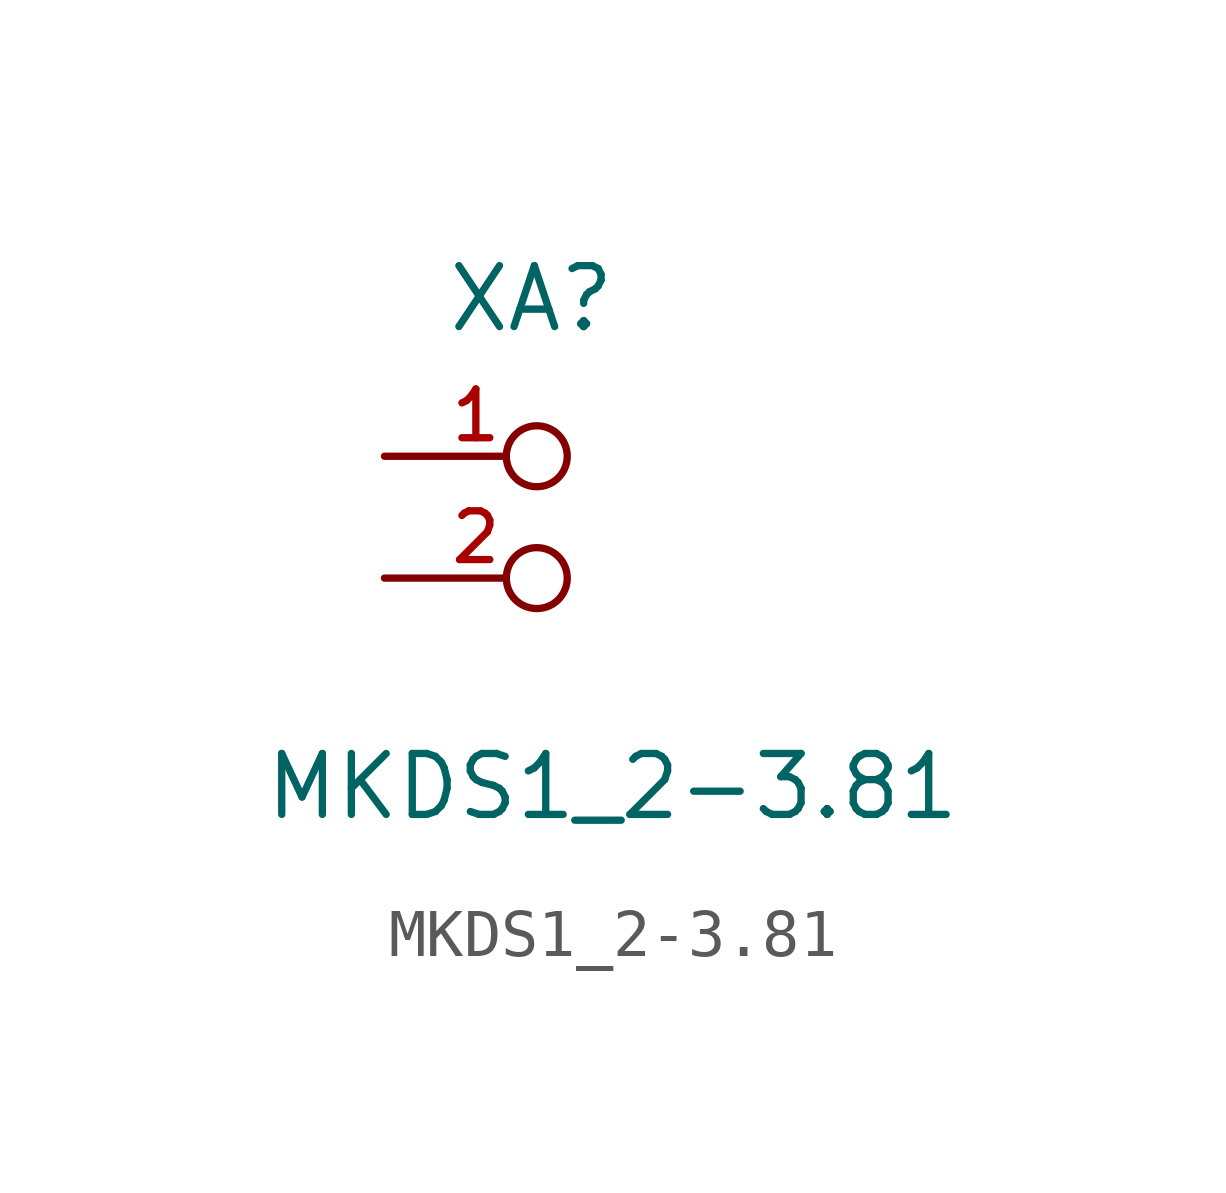
<source format=kicad_sym>
(kicad_symbol_lib
  (version 20220914)
  (generator kicad_symbol_editor)
  (symbol "MKDS1_2-3.81"
    (pin_names
      (offset 1.016))
    (property "Reference" "XA"
      (at 0 2.54 0)
      (effects (font (size 1.27 1.27)) (justify left bottom)))
    (property "Value" "MKDS1_2-3.81"
      (at -3.814 -7.629 0)
      (effects (font (size 1.27 1.27)) (justify left bottom)))
    (symbol "MKDS1_2-3.81_1_0"
      (pin passive inverted (at -1.27 0 0) (length 3.81) (name "~" (effects (font (size 1.016 1.016)))) (number "1" (effects (font (size 1.016 1.016)))))
      (pin passive inverted (at -1.27 -2.54 0) (length 3.81) (name "~" (effects (font (size 1.016 1.016)))) (number "2" (effects (font (size 1.016 1.016))))))))
</source>
